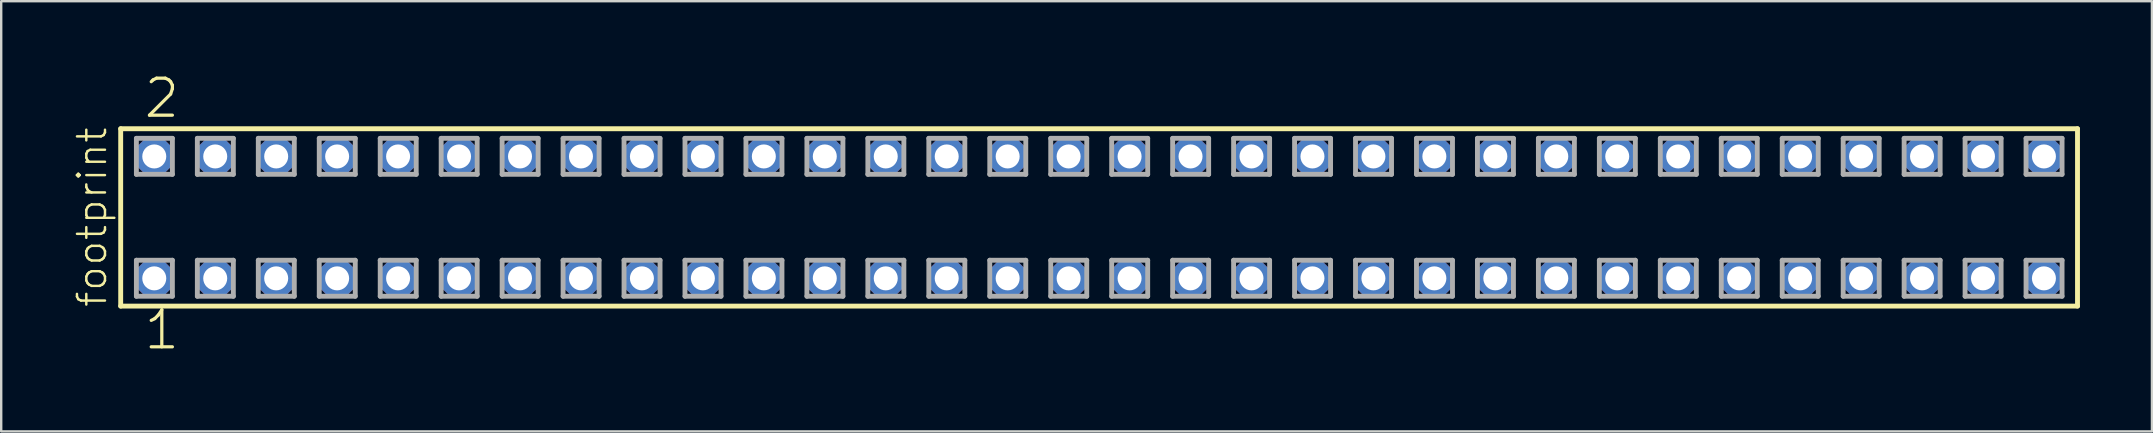
<source format=kicad_pcb>
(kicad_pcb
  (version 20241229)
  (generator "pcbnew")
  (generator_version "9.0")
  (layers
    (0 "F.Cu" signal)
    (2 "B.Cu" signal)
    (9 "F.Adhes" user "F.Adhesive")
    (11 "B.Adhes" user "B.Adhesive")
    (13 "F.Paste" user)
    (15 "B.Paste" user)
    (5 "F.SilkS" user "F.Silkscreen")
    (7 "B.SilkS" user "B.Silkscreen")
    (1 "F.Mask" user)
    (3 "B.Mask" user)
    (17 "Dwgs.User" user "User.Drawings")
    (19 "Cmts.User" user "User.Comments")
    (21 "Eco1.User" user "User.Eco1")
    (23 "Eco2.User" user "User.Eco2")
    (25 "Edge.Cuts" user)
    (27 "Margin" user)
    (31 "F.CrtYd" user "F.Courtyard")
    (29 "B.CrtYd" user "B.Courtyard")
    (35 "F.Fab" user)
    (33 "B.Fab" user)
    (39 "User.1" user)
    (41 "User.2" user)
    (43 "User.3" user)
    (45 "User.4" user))
  (footprint "footprint"
    (layer "F.Cu")
    (at 42.748 6.009)
    (property "Reference" "footprint" (at -41.275 3.81 90) (layer "F.SilkS") (effects (font (size 1.168 1.168) (thickness 0.102)) (justify left bottom)))
    (fp_line (start -40.769 -3.695) (end 40.769 -3.695) (stroke (width 0.203) (type solid)) (layer "F.SilkS"))
    (fp_line (start -40.769 3.695) (end -40.769 -3.695) (stroke (width 0.203) (type solid)) (layer "F.SilkS"))
    (fp_line (start 40.769 -3.695) (end 40.769 3.695) (stroke (width 0.203) (type solid)) (layer "F.SilkS"))
    (fp_line (start 40.769 3.695) (end -40.769 3.695) (stroke (width 0.203) (type solid)) (layer "F.SilkS"))
    (fp_line (start -40.115 -3.295) (end -38.615 -3.295) (stroke (width 0.203) (type solid)) (layer "F.Fab"))
    (fp_line (start -40.115 -1.795) (end -40.115 -3.295) (stroke (width 0.203) (type solid)) (layer "F.Fab"))
    (fp_line (start -40.115 1.785) (end -38.615 1.785) (stroke (width 0.203) (type solid)) (layer "F.Fab"))
    (fp_line (start -40.115 3.285) (end -40.115 1.785) (stroke (width 0.203) (type solid)) (layer "F.Fab"))
    (fp_line (start -38.615 -3.295) (end -38.615 -1.795) (stroke (width 0.203) (type solid)) (layer "F.Fab"))
    (fp_line (start -38.615 -1.795) (end -40.115 -1.795) (stroke (width 0.203) (type solid)) (layer "F.Fab"))
    (fp_line (start -38.615 1.785) (end -38.615 3.285) (stroke (width 0.203) (type solid)) (layer "F.Fab"))
    (fp_line (start -38.615 3.285) (end -40.115 3.285) (stroke (width 0.203) (type solid)) (layer "F.Fab"))
    (fp_line (start -37.575 -3.295) (end -36.075 -3.295) (stroke (width 0.203) (type solid)) (layer "F.Fab"))
    (fp_line (start -37.575 -1.795) (end -37.575 -3.295) (stroke (width 0.203) (type solid)) (layer "F.Fab"))
    (fp_line (start -37.575 1.785) (end -36.075 1.785) (stroke (width 0.203) (type solid)) (layer "F.Fab"))
    (fp_line (start -37.575 3.285) (end -37.575 1.785) (stroke (width 0.203) (type solid)) (layer "F.Fab"))
    (fp_line (start -36.075 -3.295) (end -36.075 -1.795) (stroke (width 0.203) (type solid)) (layer "F.Fab"))
    (fp_line (start -36.075 -1.795) (end -37.575 -1.795) (stroke (width 0.203) (type solid)) (layer "F.Fab"))
    (fp_line (start -36.075 1.785) (end -36.075 3.285) (stroke (width 0.203) (type solid)) (layer "F.Fab"))
    (fp_line (start -36.075 3.285) (end -37.575 3.285) (stroke (width 0.203) (type solid)) (layer "F.Fab"))
    (fp_line (start -35.035 -3.295) (end -33.535 -3.295) (stroke (width 0.203) (type solid)) (layer "F.Fab"))
    (fp_line (start -35.035 -1.795) (end -35.035 -3.295) (stroke (width 0.203) (type solid)) (layer "F.Fab"))
    (fp_line (start -35.035 1.785) (end -33.535 1.785) (stroke (width 0.203) (type solid)) (layer "F.Fab"))
    (fp_line (start -35.035 3.285) (end -35.035 1.785) (stroke (width 0.203) (type solid)) (layer "F.Fab"))
    (fp_line (start -33.535 -3.295) (end -33.535 -1.795) (stroke (width 0.203) (type solid)) (layer "F.Fab"))
    (fp_line (start -33.535 -1.795) (end -35.035 -1.795) (stroke (width 0.203) (type solid)) (layer "F.Fab"))
    (fp_line (start -33.535 1.785) (end -33.535 3.285) (stroke (width 0.203) (type solid)) (layer "F.Fab"))
    (fp_line (start -33.535 3.285) (end -35.035 3.285) (stroke (width 0.203) (type solid)) (layer "F.Fab"))
    (fp_line (start -32.495 -3.295) (end -30.995 -3.295) (stroke (width 0.203) (type solid)) (layer "F.Fab"))
    (fp_line (start -32.495 -1.795) (end -32.495 -3.295) (stroke (width 0.203) (type solid)) (layer "F.Fab"))
    (fp_line (start -32.495 1.785) (end -30.995 1.785) (stroke (width 0.203) (type solid)) (layer "F.Fab"))
    (fp_line (start -32.495 3.285) (end -32.495 1.785) (stroke (width 0.203) (type solid)) (layer "F.Fab"))
    (fp_line (start -30.995 -3.295) (end -30.995 -1.795) (stroke (width 0.203) (type solid)) (layer "F.Fab"))
    (fp_line (start -30.995 -1.795) (end -32.495 -1.795) (stroke (width 0.203) (type solid)) (layer "F.Fab"))
    (fp_line (start -30.995 1.785) (end -30.995 3.285) (stroke (width 0.203) (type solid)) (layer "F.Fab"))
    (fp_line (start -30.995 3.285) (end -32.495 3.285) (stroke (width 0.203) (type solid)) (layer "F.Fab"))
    (fp_line (start -29.955 -3.295) (end -28.455 -3.295) (stroke (width 0.203) (type solid)) (layer "F.Fab"))
    (fp_line (start -29.955 -1.795) (end -29.955 -3.295) (stroke (width 0.203) (type solid)) (layer "F.Fab"))
    (fp_line (start -29.955 1.785) (end -28.455 1.785) (stroke (width 0.203) (type solid)) (layer "F.Fab"))
    (fp_line (start -29.955 3.285) (end -29.955 1.785) (stroke (width 0.203) (type solid)) (layer "F.Fab"))
    (fp_line (start -28.455 -3.295) (end -28.455 -1.795) (stroke (width 0.203) (type solid)) (layer "F.Fab"))
    (fp_line (start -28.455 -1.795) (end -29.955 -1.795) (stroke (width 0.203) (type solid)) (layer "F.Fab"))
    (fp_line (start -28.455 1.785) (end -28.455 3.285) (stroke (width 0.203) (type solid)) (layer "F.Fab"))
    (fp_line (start -28.455 3.285) (end -29.955 3.285) (stroke (width 0.203) (type solid)) (layer "F.Fab"))
    (fp_line (start -27.415 -3.295) (end -25.915 -3.295) (stroke (width 0.203) (type solid)) (layer "F.Fab"))
    (fp_line (start -27.415 -1.795) (end -27.415 -3.295) (stroke (width 0.203) (type solid)) (layer "F.Fab"))
    (fp_line (start -27.415 1.785) (end -25.915 1.785) (stroke (width 0.203) (type solid)) (layer "F.Fab"))
    (fp_line (start -27.415 3.285) (end -27.415 1.785) (stroke (width 0.203) (type solid)) (layer "F.Fab"))
    (fp_line (start -25.915 -3.295) (end -25.915 -1.795) (stroke (width 0.203) (type solid)) (layer "F.Fab"))
    (fp_line (start -25.915 -1.795) (end -27.415 -1.795) (stroke (width 0.203) (type solid)) (layer "F.Fab"))
    (fp_line (start -25.915 1.785) (end -25.915 3.285) (stroke (width 0.203) (type solid)) (layer "F.Fab"))
    (fp_line (start -25.915 3.285) (end -27.415 3.285) (stroke (width 0.203) (type solid)) (layer "F.Fab"))
    (fp_line (start -24.875 -3.295) (end -23.375 -3.295) (stroke (width 0.203) (type solid)) (layer "F.Fab"))
    (fp_line (start -24.875 -1.795) (end -24.875 -3.295) (stroke (width 0.203) (type solid)) (layer "F.Fab"))
    (fp_line (start -24.875 1.785) (end -23.375 1.785) (stroke (width 0.203) (type solid)) (layer "F.Fab"))
    (fp_line (start -24.875 3.285) (end -24.875 1.785) (stroke (width 0.203) (type solid)) (layer "F.Fab"))
    (fp_line (start -23.375 -3.295) (end -23.375 -1.795) (stroke (width 0.203) (type solid)) (layer "F.Fab"))
    (fp_line (start -23.375 -1.795) (end -24.875 -1.795) (stroke (width 0.203) (type solid)) (layer "F.Fab"))
    (fp_line (start -23.375 1.785) (end -23.375 3.285) (stroke (width 0.203) (type solid)) (layer "F.Fab"))
    (fp_line (start -23.375 3.285) (end -24.875 3.285) (stroke (width 0.203) (type solid)) (layer "F.Fab"))
    (fp_line (start -22.335 -3.295) (end -20.835 -3.295) (stroke (width 0.203) (type solid)) (layer "F.Fab"))
    (fp_line (start -22.335 -1.795) (end -22.335 -3.295) (stroke (width 0.203) (type solid)) (layer "F.Fab"))
    (fp_line (start -22.335 1.785) (end -20.835 1.785) (stroke (width 0.203) (type solid)) (layer "F.Fab"))
    (fp_line (start -22.335 3.285) (end -22.335 1.785) (stroke (width 0.203) (type solid)) (layer "F.Fab"))
    (fp_line (start -20.835 -3.295) (end -20.835 -1.795) (stroke (width 0.203) (type solid)) (layer "F.Fab"))
    (fp_line (start -20.835 -1.795) (end -22.335 -1.795) (stroke (width 0.203) (type solid)) (layer "F.Fab"))
    (fp_line (start -20.835 1.785) (end -20.835 3.285) (stroke (width 0.203) (type solid)) (layer "F.Fab"))
    (fp_line (start -20.835 3.285) (end -22.335 3.285) (stroke (width 0.203) (type solid)) (layer "F.Fab"))
    (fp_line (start -19.795 -3.295) (end -18.295 -3.295) (stroke (width 0.203) (type solid)) (layer "F.Fab"))
    (fp_line (start -19.795 -1.795) (end -19.795 -3.295) (stroke (width 0.203) (type solid)) (layer "F.Fab"))
    (fp_line (start -19.795 1.785) (end -18.295 1.785) (stroke (width 0.203) (type solid)) (layer "F.Fab"))
    (fp_line (start -19.795 3.285) (end -19.795 1.785) (stroke (width 0.203) (type solid)) (layer "F.Fab"))
    (fp_line (start -18.295 -3.295) (end -18.295 -1.795) (stroke (width 0.203) (type solid)) (layer "F.Fab"))
    (fp_line (start -18.295 -1.795) (end -19.795 -1.795) (stroke (width 0.203) (type solid)) (layer "F.Fab"))
    (fp_line (start -18.295 1.785) (end -18.295 3.285) (stroke (width 0.203) (type solid)) (layer "F.Fab"))
    (fp_line (start -18.295 3.285) (end -19.795 3.285) (stroke (width 0.203) (type solid)) (layer "F.Fab"))
    (fp_line (start -17.255 -3.295) (end -15.755 -3.295) (stroke (width 0.203) (type solid)) (layer "F.Fab"))
    (fp_line (start -17.255 -1.795) (end -17.255 -3.295) (stroke (width 0.203) (type solid)) (layer "F.Fab"))
    (fp_line (start -17.255 1.785) (end -15.755 1.785) (stroke (width 0.203) (type solid)) (layer "F.Fab"))
    (fp_line (start -17.255 3.285) (end -17.255 1.785) (stroke (width 0.203) (type solid)) (layer "F.Fab"))
    (fp_line (start -15.755 -3.295) (end -15.755 -1.795) (stroke (width 0.203) (type solid)) (layer "F.Fab"))
    (fp_line (start -15.755 -1.795) (end -17.255 -1.795) (stroke (width 0.203) (type solid)) (layer "F.Fab"))
    (fp_line (start -15.755 1.785) (end -15.755 3.285) (stroke (width 0.203) (type solid)) (layer "F.Fab"))
    (fp_line (start -15.755 3.285) (end -17.255 3.285) (stroke (width 0.203) (type solid)) (layer "F.Fab"))
    (fp_line (start -14.715 -3.295) (end -13.215 -3.295) (stroke (width 0.203) (type solid)) (layer "F.Fab"))
    (fp_line (start -14.715 -1.795) (end -14.715 -3.295) (stroke (width 0.203) (type solid)) (layer "F.Fab"))
    (fp_line (start -14.715 1.785) (end -13.215 1.785) (stroke (width 0.203) (type solid)) (layer "F.Fab"))
    (fp_line (start -14.715 3.285) (end -14.715 1.785) (stroke (width 0.203) (type solid)) (layer "F.Fab"))
    (fp_line (start -13.215 -3.295) (end -13.215 -1.795) (stroke (width 0.203) (type solid)) (layer "F.Fab"))
    (fp_line (start -13.215 -1.795) (end -14.715 -1.795) (stroke (width 0.203) (type solid)) (layer "F.Fab"))
    (fp_line (start -13.215 1.785) (end -13.215 3.285) (stroke (width 0.203) (type solid)) (layer "F.Fab"))
    (fp_line (start -13.215 3.285) (end -14.715 3.285) (stroke (width 0.203) (type solid)) (layer "F.Fab"))
    (fp_line (start -12.175 -3.295) (end -10.675 -3.295) (stroke (width 0.203) (type solid)) (layer "F.Fab"))
    (fp_line (start -12.175 -1.795) (end -12.175 -3.295) (stroke (width 0.203) (type solid)) (layer "F.Fab"))
    (fp_line (start -12.175 1.785) (end -10.675 1.785) (stroke (width 0.203) (type solid)) (layer "F.Fab"))
    (fp_line (start -12.175 3.285) (end -12.175 1.785) (stroke (width 0.203) (type solid)) (layer "F.Fab"))
    (fp_line (start -10.675 -3.295) (end -10.675 -1.795) (stroke (width 0.203) (type solid)) (layer "F.Fab"))
    (fp_line (start -10.675 -1.795) (end -12.175 -1.795) (stroke (width 0.203) (type solid)) (layer "F.Fab"))
    (fp_line (start -10.675 1.785) (end -10.675 3.285) (stroke (width 0.203) (type solid)) (layer "F.Fab"))
    (fp_line (start -10.675 3.285) (end -12.175 3.285) (stroke (width 0.203) (type solid)) (layer "F.Fab"))
    (fp_line (start -9.635 -3.295) (end -8.135 -3.295) (stroke (width 0.203) (type solid)) (layer "F.Fab"))
    (fp_line (start -9.635 -1.795) (end -9.635 -3.295) (stroke (width 0.203) (type solid)) (layer "F.Fab"))
    (fp_line (start -9.635 1.785) (end -8.135 1.785) (stroke (width 0.203) (type solid)) (layer "F.Fab"))
    (fp_line (start -9.635 3.285) (end -9.635 1.785) (stroke (width 0.203) (type solid)) (layer "F.Fab"))
    (fp_line (start -8.135 -3.295) (end -8.135 -1.795) (stroke (width 0.203) (type solid)) (layer "F.Fab"))
    (fp_line (start -8.135 -1.795) (end -9.635 -1.795) (stroke (width 0.203) (type solid)) (layer "F.Fab"))
    (fp_line (start -8.135 1.785) (end -8.135 3.285) (stroke (width 0.203) (type solid)) (layer "F.Fab"))
    (fp_line (start -8.135 3.285) (end -9.635 3.285) (stroke (width 0.203) (type solid)) (layer "F.Fab"))
    (fp_line (start -7.095 -3.295) (end -5.595 -3.295) (stroke (width 0.203) (type solid)) (layer "F.Fab"))
    (fp_line (start -7.095 -1.795) (end -7.095 -3.295) (stroke (width 0.203) (type solid)) (layer "F.Fab"))
    (fp_line (start -7.095 1.785) (end -5.595 1.785) (stroke (width 0.203) (type solid)) (layer "F.Fab"))
    (fp_line (start -7.095 3.285) (end -7.095 1.785) (stroke (width 0.203) (type solid)) (layer "F.Fab"))
    (fp_line (start -5.595 -3.295) (end -5.595 -1.795) (stroke (width 0.203) (type solid)) (layer "F.Fab"))
    (fp_line (start -5.595 -1.795) (end -7.095 -1.795) (stroke (width 0.203) (type solid)) (layer "F.Fab"))
    (fp_line (start -5.595 1.785) (end -5.595 3.285) (stroke (width 0.203) (type solid)) (layer "F.Fab"))
    (fp_line (start -5.595 3.285) (end -7.095 3.285) (stroke (width 0.203) (type solid)) (layer "F.Fab"))
    (fp_line (start -4.555 -3.295) (end -3.055 -3.295) (stroke (width 0.203) (type solid)) (layer "F.Fab"))
    (fp_line (start -4.555 -1.795) (end -4.555 -3.295) (stroke (width 0.203) (type solid)) (layer "F.Fab"))
    (fp_line (start -4.555 1.785) (end -3.055 1.785) (stroke (width 0.203) (type solid)) (layer "F.Fab"))
    (fp_line (start -4.555 3.285) (end -4.555 1.785) (stroke (width 0.203) (type solid)) (layer "F.Fab"))
    (fp_line (start -3.055 -3.295) (end -3.055 -1.795) (stroke (width 0.203) (type solid)) (layer "F.Fab"))
    (fp_line (start -3.055 -1.795) (end -4.555 -1.795) (stroke (width 0.203) (type solid)) (layer "F.Fab"))
    (fp_line (start -3.055 1.785) (end -3.055 3.285) (stroke (width 0.203) (type solid)) (layer "F.Fab"))
    (fp_line (start -3.055 3.285) (end -4.555 3.285) (stroke (width 0.203) (type solid)) (layer "F.Fab"))
    (fp_line (start -2.015 -3.295) (end -0.515 -3.295) (stroke (width 0.203) (type solid)) (layer "F.Fab"))
    (fp_line (start -2.015 -1.795) (end -2.015 -3.295) (stroke (width 0.203) (type solid)) (layer "F.Fab"))
    (fp_line (start -2.015 1.785) (end -0.515 1.785) (stroke (width 0.203) (type solid)) (layer "F.Fab"))
    (fp_line (start -2.015 3.285) (end -2.015 1.785) (stroke (width 0.203) (type solid)) (layer "F.Fab"))
    (fp_line (start -0.515 -3.295) (end -0.515 -1.795) (stroke (width 0.203) (type solid)) (layer "F.Fab"))
    (fp_line (start -0.515 -1.795) (end -2.015 -1.795) (stroke (width 0.203) (type solid)) (layer "F.Fab"))
    (fp_line (start -0.515 1.785) (end -0.515 3.285) (stroke (width 0.203) (type solid)) (layer "F.Fab"))
    (fp_line (start -0.515 3.285) (end -2.015 3.285) (stroke (width 0.203) (type solid)) (layer "F.Fab"))
    (fp_line (start 0.525 -3.295) (end 2.025 -3.295) (stroke (width 0.203) (type solid)) (layer "F.Fab"))
    (fp_line (start 0.525 -1.795) (end 0.525 -3.295) (stroke (width 0.203) (type solid)) (layer "F.Fab"))
    (fp_line (start 0.525 1.785) (end 2.025 1.785) (stroke (width 0.203) (type solid)) (layer "F.Fab"))
    (fp_line (start 0.525 3.285) (end 0.525 1.785) (stroke (width 0.203) (type solid)) (layer "F.Fab"))
    (fp_line (start 2.025 -3.295) (end 2.025 -1.795) (stroke (width 0.203) (type solid)) (layer "F.Fab"))
    (fp_line (start 2.025 -1.795) (end 0.525 -1.795) (stroke (width 0.203) (type solid)) (layer "F.Fab"))
    (fp_line (start 2.025 1.785) (end 2.025 3.285) (stroke (width 0.203) (type solid)) (layer "F.Fab"))
    (fp_line (start 2.025 3.285) (end 0.525 3.285) (stroke (width 0.203) (type solid)) (layer "F.Fab"))
    (fp_line (start 3.065 -3.295) (end 4.565 -3.295) (stroke (width 0.203) (type solid)) (layer "F.Fab"))
    (fp_line (start 3.065 -1.795) (end 3.065 -3.295) (stroke (width 0.203) (type solid)) (layer "F.Fab"))
    (fp_line (start 3.065 1.785) (end 4.565 1.785) (stroke (width 0.203) (type solid)) (layer "F.Fab"))
    (fp_line (start 3.065 3.285) (end 3.065 1.785) (stroke (width 0.203) (type solid)) (layer "F.Fab"))
    (fp_line (start 4.565 -3.295) (end 4.565 -1.795) (stroke (width 0.203) (type solid)) (layer "F.Fab"))
    (fp_line (start 4.565 -1.795) (end 3.065 -1.795) (stroke (width 0.203) (type solid)) (layer "F.Fab"))
    (fp_line (start 4.565 1.785) (end 4.565 3.285) (stroke (width 0.203) (type solid)) (layer "F.Fab"))
    (fp_line (start 4.565 3.285) (end 3.065 3.285) (stroke (width 0.203) (type solid)) (layer "F.Fab"))
    (fp_line (start 5.605 -3.295) (end 7.105 -3.295) (stroke (width 0.203) (type solid)) (layer "F.Fab"))
    (fp_line (start 5.605 -1.795) (end 5.605 -3.295) (stroke (width 0.203) (type solid)) (layer "F.Fab"))
    (fp_line (start 5.605 1.785) (end 7.105 1.785) (stroke (width 0.203) (type solid)) (layer "F.Fab"))
    (fp_line (start 5.605 3.285) (end 5.605 1.785) (stroke (width 0.203) (type solid)) (layer "F.Fab"))
    (fp_line (start 7.105 -3.295) (end 7.105 -1.795) (stroke (width 0.203) (type solid)) (layer "F.Fab"))
    (fp_line (start 7.105 -1.795) (end 5.605 -1.795) (stroke (width 0.203) (type solid)) (layer "F.Fab"))
    (fp_line (start 7.105 1.785) (end 7.105 3.285) (stroke (width 0.203) (type solid)) (layer "F.Fab"))
    (fp_line (start 7.105 3.285) (end 5.605 3.285) (stroke (width 0.203) (type solid)) (layer "F.Fab"))
    (fp_line (start 8.145 -3.295) (end 9.645 -3.295) (stroke (width 0.203) (type solid)) (layer "F.Fab"))
    (fp_line (start 8.145 -1.795) (end 8.145 -3.295) (stroke (width 0.203) (type solid)) (layer "F.Fab"))
    (fp_line (start 8.145 1.785) (end 9.645 1.785) (stroke (width 0.203) (type solid)) (layer "F.Fab"))
    (fp_line (start 8.145 3.285) (end 8.145 1.785) (stroke (width 0.203) (type solid)) (layer "F.Fab"))
    (fp_line (start 9.645 -3.295) (end 9.645 -1.795) (stroke (width 0.203) (type solid)) (layer "F.Fab"))
    (fp_line (start 9.645 -1.795) (end 8.145 -1.795) (stroke (width 0.203) (type solid)) (layer "F.Fab"))
    (fp_line (start 9.645 1.785) (end 9.645 3.285) (stroke (width 0.203) (type solid)) (layer "F.Fab"))
    (fp_line (start 9.645 3.285) (end 8.145 3.285) (stroke (width 0.203) (type solid)) (layer "F.Fab"))
    (fp_line (start 10.685 -3.295) (end 12.185 -3.295) (stroke (width 0.203) (type solid)) (layer "F.Fab"))
    (fp_line (start 10.685 -1.795) (end 10.685 -3.295) (stroke (width 0.203) (type solid)) (layer "F.Fab"))
    (fp_line (start 10.685 1.785) (end 12.185 1.785) (stroke (width 0.203) (type solid)) (layer "F.Fab"))
    (fp_line (start 10.685 3.285) (end 10.685 1.785) (stroke (width 0.203) (type solid)) (layer "F.Fab"))
    (fp_line (start 12.185 -3.295) (end 12.185 -1.795) (stroke (width 0.203) (type solid)) (layer "F.Fab"))
    (fp_line (start 12.185 -1.795) (end 10.685 -1.795) (stroke (width 0.203) (type solid)) (layer "F.Fab"))
    (fp_line (start 12.185 1.785) (end 12.185 3.285) (stroke (width 0.203) (type solid)) (layer "F.Fab"))
    (fp_line (start 12.185 3.285) (end 10.685 3.285) (stroke (width 0.203) (type solid)) (layer "F.Fab"))
    (fp_line (start 13.225 -3.295) (end 14.725 -3.295) (stroke (width 0.203) (type solid)) (layer "F.Fab"))
    (fp_line (start 13.225 -1.795) (end 13.225 -3.295) (stroke (width 0.203) (type solid)) (layer "F.Fab"))
    (fp_line (start 13.225 1.785) (end 14.725 1.785) (stroke (width 0.203) (type solid)) (layer "F.Fab"))
    (fp_line (start 13.225 3.285) (end 13.225 1.785) (stroke (width 0.203) (type solid)) (layer "F.Fab"))
    (fp_line (start 14.725 -3.295) (end 14.725 -1.795) (stroke (width 0.203) (type solid)) (layer "F.Fab"))
    (fp_line (start 14.725 -1.795) (end 13.225 -1.795) (stroke (width 0.203) (type solid)) (layer "F.Fab"))
    (fp_line (start 14.725 1.785) (end 14.725 3.285) (stroke (width 0.203) (type solid)) (layer "F.Fab"))
    (fp_line (start 14.725 3.285) (end 13.225 3.285) (stroke (width 0.203) (type solid)) (layer "F.Fab"))
    (fp_line (start 15.765 -3.295) (end 17.265 -3.295) (stroke (width 0.203) (type solid)) (layer "F.Fab"))
    (fp_line (start 15.765 -1.795) (end 15.765 -3.295) (stroke (width 0.203) (type solid)) (layer "F.Fab"))
    (fp_line (start 15.765 1.785) (end 17.265 1.785) (stroke (width 0.203) (type solid)) (layer "F.Fab"))
    (fp_line (start 15.765 3.285) (end 15.765 1.785) (stroke (width 0.203) (type solid)) (layer "F.Fab"))
    (fp_line (start 17.265 -3.295) (end 17.265 -1.795) (stroke (width 0.203) (type solid)) (layer "F.Fab"))
    (fp_line (start 17.265 -1.795) (end 15.765 -1.795) (stroke (width 0.203) (type solid)) (layer "F.Fab"))
    (fp_line (start 17.265 1.785) (end 17.265 3.285) (stroke (width 0.203) (type solid)) (layer "F.Fab"))
    (fp_line (start 17.265 3.285) (end 15.765 3.285) (stroke (width 0.203) (type solid)) (layer "F.Fab"))
    (fp_line (start 18.305 -3.295) (end 19.805 -3.295) (stroke (width 0.203) (type solid)) (layer "F.Fab"))
    (fp_line (start 18.305 -1.795) (end 18.305 -3.295) (stroke (width 0.203) (type solid)) (layer "F.Fab"))
    (fp_line (start 18.305 1.785) (end 19.805 1.785) (stroke (width 0.203) (type solid)) (layer "F.Fab"))
    (fp_line (start 18.305 3.285) (end 18.305 1.785) (stroke (width 0.203) (type solid)) (layer "F.Fab"))
    (fp_line (start 19.805 -3.295) (end 19.805 -1.795) (stroke (width 0.203) (type solid)) (layer "F.Fab"))
    (fp_line (start 19.805 -1.795) (end 18.305 -1.795) (stroke (width 0.203) (type solid)) (layer "F.Fab"))
    (fp_line (start 19.805 1.785) (end 19.805 3.285) (stroke (width 0.203) (type solid)) (layer "F.Fab"))
    (fp_line (start 19.805 3.285) (end 18.305 3.285) (stroke (width 0.203) (type solid)) (layer "F.Fab"))
    (fp_line (start 20.845 -3.295) (end 22.345 -3.295) (stroke (width 0.203) (type solid)) (layer "F.Fab"))
    (fp_line (start 20.845 -1.795) (end 20.845 -3.295) (stroke (width 0.203) (type solid)) (layer "F.Fab"))
    (fp_line (start 20.845 1.785) (end 22.345 1.785) (stroke (width 0.203) (type solid)) (layer "F.Fab"))
    (fp_line (start 20.845 3.285) (end 20.845 1.785) (stroke (width 0.203) (type solid)) (layer "F.Fab"))
    (fp_line (start 22.345 -3.295) (end 22.345 -1.795) (stroke (width 0.203) (type solid)) (layer "F.Fab"))
    (fp_line (start 22.345 -1.795) (end 20.845 -1.795) (stroke (width 0.203) (type solid)) (layer "F.Fab"))
    (fp_line (start 22.345 1.785) (end 22.345 3.285) (stroke (width 0.203) (type solid)) (layer "F.Fab"))
    (fp_line (start 22.345 3.285) (end 20.845 3.285) (stroke (width 0.203) (type solid)) (layer "F.Fab"))
    (fp_line (start 23.385 -3.295) (end 24.885 -3.295) (stroke (width 0.203) (type solid)) (layer "F.Fab"))
    (fp_line (start 23.385 -1.795) (end 23.385 -3.295) (stroke (width 0.203) (type solid)) (layer "F.Fab"))
    (fp_line (start 23.385 1.785) (end 24.885 1.785) (stroke (width 0.203) (type solid)) (layer "F.Fab"))
    (fp_line (start 23.385 3.285) (end 23.385 1.785) (stroke (width 0.203) (type solid)) (layer "F.Fab"))
    (fp_line (start 24.885 -3.295) (end 24.885 -1.795) (stroke (width 0.203) (type solid)) (layer "F.Fab"))
    (fp_line (start 24.885 -1.795) (end 23.385 -1.795) (stroke (width 0.203) (type solid)) (layer "F.Fab"))
    (fp_line (start 24.885 1.785) (end 24.885 3.285) (stroke (width 0.203) (type solid)) (layer "F.Fab"))
    (fp_line (start 24.885 3.285) (end 23.385 3.285) (stroke (width 0.203) (type solid)) (layer "F.Fab"))
    (fp_line (start 25.925 -3.295) (end 27.425 -3.295) (stroke (width 0.203) (type solid)) (layer "F.Fab"))
    (fp_line (start 25.925 -1.795) (end 25.925 -3.295) (stroke (width 0.203) (type solid)) (layer "F.Fab"))
    (fp_line (start 25.925 1.785) (end 27.425 1.785) (stroke (width 0.203) (type solid)) (layer "F.Fab"))
    (fp_line (start 25.925 3.285) (end 25.925 1.785) (stroke (width 0.203) (type solid)) (layer "F.Fab"))
    (fp_line (start 27.425 -3.295) (end 27.425 -1.795) (stroke (width 0.203) (type solid)) (layer "F.Fab"))
    (fp_line (start 27.425 -1.795) (end 25.925 -1.795) (stroke (width 0.203) (type solid)) (layer "F.Fab"))
    (fp_line (start 27.425 1.785) (end 27.425 3.285) (stroke (width 0.203) (type solid)) (layer "F.Fab"))
    (fp_line (start 27.425 3.285) (end 25.925 3.285) (stroke (width 0.203) (type solid)) (layer "F.Fab"))
    (fp_line (start 28.465 -3.295) (end 29.965 -3.295) (stroke (width 0.203) (type solid)) (layer "F.Fab"))
    (fp_line (start 28.465 -1.795) (end 28.465 -3.295) (stroke (width 0.203) (type solid)) (layer "F.Fab"))
    (fp_line (start 28.465 1.785) (end 29.965 1.785) (stroke (width 0.203) (type solid)) (layer "F.Fab"))
    (fp_line (start 28.465 3.285) (end 28.465 1.785) (stroke (width 0.203) (type solid)) (layer "F.Fab"))
    (fp_line (start 29.965 -3.295) (end 29.965 -1.795) (stroke (width 0.203) (type solid)) (layer "F.Fab"))
    (fp_line (start 29.965 -1.795) (end 28.465 -1.795) (stroke (width 0.203) (type solid)) (layer "F.Fab"))
    (fp_line (start 29.965 1.785) (end 29.965 3.285) (stroke (width 0.203) (type solid)) (layer "F.Fab"))
    (fp_line (start 29.965 3.285) (end 28.465 3.285) (stroke (width 0.203) (type solid)) (layer "F.Fab"))
    (fp_line (start 31.005 -3.295) (end 32.505 -3.295) (stroke (width 0.203) (type solid)) (layer "F.Fab"))
    (fp_line (start 31.005 -1.795) (end 31.005 -3.295) (stroke (width 0.203) (type solid)) (layer "F.Fab"))
    (fp_line (start 31.005 1.785) (end 32.505 1.785) (stroke (width 0.203) (type solid)) (layer "F.Fab"))
    (fp_line (start 31.005 3.285) (end 31.005 1.785) (stroke (width 0.203) (type solid)) (layer "F.Fab"))
    (fp_line (start 32.505 -3.295) (end 32.505 -1.795) (stroke (width 0.203) (type solid)) (layer "F.Fab"))
    (fp_line (start 32.505 -1.795) (end 31.005 -1.795) (stroke (width 0.203) (type solid)) (layer "F.Fab"))
    (fp_line (start 32.505 1.785) (end 32.505 3.285) (stroke (width 0.203) (type solid)) (layer "F.Fab"))
    (fp_line (start 32.505 3.285) (end 31.005 3.285) (stroke (width 0.203) (type solid)) (layer "F.Fab"))
    (fp_line (start 33.545 -3.295) (end 35.045 -3.295) (stroke (width 0.203) (type solid)) (layer "F.Fab"))
    (fp_line (start 33.545 -1.795) (end 33.545 -3.295) (stroke (width 0.203) (type solid)) (layer "F.Fab"))
    (fp_line (start 33.545 1.785) (end 35.045 1.785) (stroke (width 0.203) (type solid)) (layer "F.Fab"))
    (fp_line (start 33.545 3.285) (end 33.545 1.785) (stroke (width 0.203) (type solid)) (layer "F.Fab"))
    (fp_line (start 35.045 -3.295) (end 35.045 -1.795) (stroke (width 0.203) (type solid)) (layer "F.Fab"))
    (fp_line (start 35.045 -1.795) (end 33.545 -1.795) (stroke (width 0.203) (type solid)) (layer "F.Fab"))
    (fp_line (start 35.045 1.785) (end 35.045 3.285) (stroke (width 0.203) (type solid)) (layer "F.Fab"))
    (fp_line (start 35.045 3.285) (end 33.545 3.285) (stroke (width 0.203) (type solid)) (layer "F.Fab"))
    (fp_line (start 36.085 -3.295) (end 37.585 -3.295) (stroke (width 0.203) (type solid)) (layer "F.Fab"))
    (fp_line (start 36.085 -1.795) (end 36.085 -3.295) (stroke (width 0.203) (type solid)) (layer "F.Fab"))
    (fp_line (start 36.085 1.785) (end 37.585 1.785) (stroke (width 0.203) (type solid)) (layer "F.Fab"))
    (fp_line (start 36.085 3.285) (end 36.085 1.785) (stroke (width 0.203) (type solid)) (layer "F.Fab"))
    (fp_line (start 37.585 -3.295) (end 37.585 -1.795) (stroke (width 0.203) (type solid)) (layer "F.Fab"))
    (fp_line (start 37.585 -1.795) (end 36.085 -1.795) (stroke (width 0.203) (type solid)) (layer "F.Fab"))
    (fp_line (start 37.585 1.785) (end 37.585 3.285) (stroke (width 0.203) (type solid)) (layer "F.Fab"))
    (fp_line (start 37.585 3.285) (end 36.085 3.285) (stroke (width 0.203) (type solid)) (layer "F.Fab"))
    (fp_line (start 38.625 -3.295) (end 40.125 -3.295) (stroke (width 0.203) (type solid)) (layer "F.Fab"))
    (fp_line (start 38.625 -1.795) (end 38.625 -3.295) (stroke (width 0.203) (type solid)) (layer "F.Fab"))
    (fp_line (start 38.625 1.785) (end 40.125 1.785) (stroke (width 0.203) (type solid)) (layer "F.Fab"))
    (fp_line (start 38.625 3.285) (end 38.625 1.785) (stroke (width 0.203) (type solid)) (layer "F.Fab"))
    (fp_line (start 40.125 -3.295) (end 40.125 -1.795) (stroke (width 0.203) (type solid)) (layer "F.Fab"))
    (fp_line (start 40.125 -1.795) (end 38.625 -1.795) (stroke (width 0.203) (type solid)) (layer "F.Fab"))
    (fp_line (start 40.125 1.785) (end 40.125 3.285) (stroke (width 0.203) (type solid)) (layer "F.Fab"))
    (fp_line (start 40.125 3.285) (end 38.625 3.285) (stroke (width 0.203) (type solid)) (layer "F.Fab"))
    (fp_text user "2" (at -39.878 -4.064 0) (layer "F.SilkS") (effects (font (size 1.542 1.542) (thickness 0.134)) (justify left bottom)))
    (fp_text user "1" (at -39.878 5.588 0) (layer "F.SilkS") (effects (font (size 1.542 1.542) (thickness 0.134)) (justify left bottom)))
    (pad "1" thru_hole roundrect (at -39.37 2.54) (size 1.5 1.5) (drill 1) (layers "*.Cu" "*.Mask") (roundrect_rratio 0.25) (chamfer_ratio 0.25) (chamfer top_left top_right bottom_left bottom_right))
    (pad "2" thru_hole roundrect (at -39.37 -2.54) (size 1.5 1.5) (drill 1) (layers "*.Cu" "*.Mask") (roundrect_rratio 0.25) (chamfer_ratio 0.25) (chamfer top_left top_right bottom_left bottom_right))
    (pad "3" thru_hole roundrect (at -36.83 2.54) (size 1.5 1.5) (drill 1) (layers "*.Cu" "*.Mask") (roundrect_rratio 0.25) (chamfer_ratio 0.25) (chamfer top_left top_right bottom_left bottom_right))
    (pad "4" thru_hole roundrect (at -36.83 -2.54) (size 1.5 1.5) (drill 1) (layers "*.Cu" "*.Mask") (roundrect_rratio 0.25) (chamfer_ratio 0.25) (chamfer top_left top_right bottom_left bottom_right))
    (pad "5" thru_hole roundrect (at -34.29 2.54) (size 1.5 1.5) (drill 1) (layers "*.Cu" "*.Mask") (roundrect_rratio 0.25) (chamfer_ratio 0.25) (chamfer top_left top_right bottom_left bottom_right))
    (pad "6" thru_hole roundrect (at -34.29 -2.54) (size 1.5 1.5) (drill 1) (layers "*.Cu" "*.Mask") (roundrect_rratio 0.25) (chamfer_ratio 0.25) (chamfer top_left top_right bottom_left bottom_right))
    (pad "7" thru_hole roundrect (at -31.75 2.54) (size 1.5 1.5) (drill 1) (layers "*.Cu" "*.Mask") (roundrect_rratio 0.25) (chamfer_ratio 0.25) (chamfer top_left top_right bottom_left bottom_right))
    (pad "8" thru_hole roundrect (at -31.75 -2.54) (size 1.5 1.5) (drill 1) (layers "*.Cu" "*.Mask") (roundrect_rratio 0.25) (chamfer_ratio 0.25) (chamfer top_left top_right bottom_left bottom_right))
    (pad "9" thru_hole roundrect (at -29.21 2.54) (size 1.5 1.5) (drill 1) (layers "*.Cu" "*.Mask") (roundrect_rratio 0.25) (chamfer_ratio 0.25) (chamfer top_left top_right bottom_left bottom_right))
    (pad "10" thru_hole roundrect (at -29.21 -2.54) (size 1.5 1.5) (drill 1) (layers "*.Cu" "*.Mask") (roundrect_rratio 0.25) (chamfer_ratio 0.25) (chamfer top_left top_right bottom_left bottom_right))
    (pad "11" thru_hole roundrect (at -26.67 2.54) (size 1.5 1.5) (drill 1) (layers "*.Cu" "*.Mask") (roundrect_rratio 0.25) (chamfer_ratio 0.25) (chamfer top_left top_right bottom_left bottom_right))
    (pad "12" thru_hole roundrect (at -26.67 -2.54) (size 1.5 1.5) (drill 1) (layers "*.Cu" "*.Mask") (roundrect_rratio 0.25) (chamfer_ratio 0.25) (chamfer top_left top_right bottom_left bottom_right))
    (pad "13" thru_hole roundrect (at -24.13 2.54) (size 1.5 1.5) (drill 1) (layers "*.Cu" "*.Mask") (roundrect_rratio 0.25) (chamfer_ratio 0.25) (chamfer top_left top_right bottom_left bottom_right))
    (pad "14" thru_hole roundrect (at -24.13 -2.54) (size 1.5 1.5) (drill 1) (layers "*.Cu" "*.Mask") (roundrect_rratio 0.25) (chamfer_ratio 0.25) (chamfer top_left top_right bottom_left bottom_right))
    (pad "15" thru_hole roundrect (at -21.59 2.54) (size 1.5 1.5) (drill 1) (layers "*.Cu" "*.Mask") (roundrect_rratio 0.25) (chamfer_ratio 0.25) (chamfer top_left top_right bottom_left bottom_right))
    (pad "16" thru_hole roundrect (at -21.59 -2.54) (size 1.5 1.5) (drill 1) (layers "*.Cu" "*.Mask") (roundrect_rratio 0.25) (chamfer_ratio 0.25) (chamfer top_left top_right bottom_left bottom_right))
    (pad "17" thru_hole roundrect (at -19.05 2.54) (size 1.5 1.5) (drill 1) (layers "*.Cu" "*.Mask") (roundrect_rratio 0.25) (chamfer_ratio 0.25) (chamfer top_left top_right bottom_left bottom_right))
    (pad "18" thru_hole roundrect (at -19.05 -2.54) (size 1.5 1.5) (drill 1) (layers "*.Cu" "*.Mask") (roundrect_rratio 0.25) (chamfer_ratio 0.25) (chamfer top_left top_right bottom_left bottom_right))
    (pad "19" thru_hole roundrect (at -16.51 2.54) (size 1.5 1.5) (drill 1) (layers "*.Cu" "*.Mask") (roundrect_rratio 0.25) (chamfer_ratio 0.25) (chamfer top_left top_right bottom_left bottom_right))
    (pad "20" thru_hole roundrect (at -16.51 -2.54) (size 1.5 1.5) (drill 1) (layers "*.Cu" "*.Mask") (roundrect_rratio 0.25) (chamfer_ratio 0.25) (chamfer top_left top_right bottom_left bottom_right))
    (pad "21" thru_hole roundrect (at -13.97 2.54) (size 1.5 1.5) (drill 1) (layers "*.Cu" "*.Mask") (roundrect_rratio 0.25) (chamfer_ratio 0.25) (chamfer top_left top_right bottom_left bottom_right))
    (pad "22" thru_hole roundrect (at -13.97 -2.54) (size 1.5 1.5) (drill 1) (layers "*.Cu" "*.Mask") (roundrect_rratio 0.25) (chamfer_ratio 0.25) (chamfer top_left top_right bottom_left bottom_right))
    (pad "23" thru_hole roundrect (at -11.43 2.54) (size 1.5 1.5) (drill 1) (layers "*.Cu" "*.Mask") (roundrect_rratio 0.25) (chamfer_ratio 0.25) (chamfer top_left top_right bottom_left bottom_right))
    (pad "24" thru_hole roundrect (at -11.43 -2.54) (size 1.5 1.5) (drill 1) (layers "*.Cu" "*.Mask") (roundrect_rratio 0.25) (chamfer_ratio 0.25) (chamfer top_left top_right bottom_left bottom_right))
    (pad "25" thru_hole roundrect (at -8.89 2.54) (size 1.5 1.5) (drill 1) (layers "*.Cu" "*.Mask") (roundrect_rratio 0.25) (chamfer_ratio 0.25) (chamfer top_left top_right bottom_left bottom_right))
    (pad "26" thru_hole roundrect (at -8.89 -2.54) (size 1.5 1.5) (drill 1) (layers "*.Cu" "*.Mask") (roundrect_rratio 0.25) (chamfer_ratio 0.25) (chamfer top_left top_right bottom_left bottom_right))
    (pad "27" thru_hole roundrect (at -6.35 2.54) (size 1.5 1.5) (drill 1) (layers "*.Cu" "*.Mask") (roundrect_rratio 0.25) (chamfer_ratio 0.25) (chamfer top_left top_right bottom_left bottom_right))
    (pad "28" thru_hole roundrect (at -6.35 -2.54) (size 1.5 1.5) (drill 1) (layers "*.Cu" "*.Mask") (roundrect_rratio 0.25) (chamfer_ratio 0.25) (chamfer top_left top_right bottom_left bottom_right))
    (pad "29" thru_hole roundrect (at -3.81 2.54) (size 1.5 1.5) (drill 1) (layers "*.Cu" "*.Mask") (roundrect_rratio 0.25) (chamfer_ratio 0.25) (chamfer top_left top_right bottom_left bottom_right))
    (pad "30" thru_hole roundrect (at -3.81 -2.54) (size 1.5 1.5) (drill 1) (layers "*.Cu" "*.Mask") (roundrect_rratio 0.25) (chamfer_ratio 0.25) (chamfer top_left top_right bottom_left bottom_right))
    (pad "31" thru_hole roundrect (at -1.27 2.54) (size 1.5 1.5) (drill 1) (layers "*.Cu" "*.Mask") (roundrect_rratio 0.25) (chamfer_ratio 0.25) (chamfer top_left top_right bottom_left bottom_right))
    (pad "32" thru_hole roundrect (at -1.27 -2.54) (size 1.5 1.5) (drill 1) (layers "*.Cu" "*.Mask") (roundrect_rratio 0.25) (chamfer_ratio 0.25) (chamfer top_left top_right bottom_left bottom_right))
    (pad "33" thru_hole roundrect (at 1.27 2.54) (size 1.5 1.5) (drill 1) (layers "*.Cu" "*.Mask") (roundrect_rratio 0.25) (chamfer_ratio 0.25) (chamfer top_left top_right bottom_left bottom_right))
    (pad "34" thru_hole roundrect (at 1.27 -2.54) (size 1.5 1.5) (drill 1) (layers "*.Cu" "*.Mask") (roundrect_rratio 0.25) (chamfer_ratio 0.25) (chamfer top_left top_right bottom_left bottom_right))
    (pad "35" thru_hole roundrect (at 3.81 2.54) (size 1.5 1.5) (drill 1) (layers "*.Cu" "*.Mask") (roundrect_rratio 0.25) (chamfer_ratio 0.25) (chamfer top_left top_right bottom_left bottom_right))
    (pad "36" thru_hole roundrect (at 3.81 -2.54) (size 1.5 1.5) (drill 1) (layers "*.Cu" "*.Mask") (roundrect_rratio 0.25) (chamfer_ratio 0.25) (chamfer top_left top_right bottom_left bottom_right))
    (pad "37" thru_hole roundrect (at 6.35 2.54) (size 1.5 1.5) (drill 1) (layers "*.Cu" "*.Mask") (roundrect_rratio 0.25) (chamfer_ratio 0.25) (chamfer top_left top_right bottom_left bottom_right))
    (pad "38" thru_hole roundrect (at 6.35 -2.54) (size 1.5 1.5) (drill 1) (layers "*.Cu" "*.Mask") (roundrect_rratio 0.25) (chamfer_ratio 0.25) (chamfer top_left top_right bottom_left bottom_right))
    (pad "39" thru_hole roundrect (at 8.89 2.54) (size 1.5 1.5) (drill 1) (layers "*.Cu" "*.Mask") (roundrect_rratio 0.25) (chamfer_ratio 0.25) (chamfer top_left top_right bottom_left bottom_right))
    (pad "40" thru_hole roundrect (at 8.89 -2.54) (size 1.5 1.5) (drill 1) (layers "*.Cu" "*.Mask") (roundrect_rratio 0.25) (chamfer_ratio 0.25) (chamfer top_left top_right bottom_left bottom_right))
    (pad "41" thru_hole roundrect (at 11.43 2.54) (size 1.5 1.5) (drill 1) (layers "*.Cu" "*.Mask") (roundrect_rratio 0.25) (chamfer_ratio 0.25) (chamfer top_left top_right bottom_left bottom_right))
    (pad "42" thru_hole roundrect (at 11.43 -2.54) (size 1.5 1.5) (drill 1) (layers "*.Cu" "*.Mask") (roundrect_rratio 0.25) (chamfer_ratio 0.25) (chamfer top_left top_right bottom_left bottom_right))
    (pad "43" thru_hole roundrect (at 13.97 2.54) (size 1.5 1.5) (drill 1) (layers "*.Cu" "*.Mask") (roundrect_rratio 0.25) (chamfer_ratio 0.25) (chamfer top_left top_right bottom_left bottom_right))
    (pad "44" thru_hole roundrect (at 13.97 -2.54) (size 1.5 1.5) (drill 1) (layers "*.Cu" "*.Mask") (roundrect_rratio 0.25) (chamfer_ratio 0.25) (chamfer top_left top_right bottom_left bottom_right))
    (pad "45" thru_hole roundrect (at 16.51 2.54) (size 1.5 1.5) (drill 1) (layers "*.Cu" "*.Mask") (roundrect_rratio 0.25) (chamfer_ratio 0.25) (chamfer top_left top_right bottom_left bottom_right))
    (pad "46" thru_hole roundrect (at 16.51 -2.54) (size 1.5 1.5) (drill 1) (layers "*.Cu" "*.Mask") (roundrect_rratio 0.25) (chamfer_ratio 0.25) (chamfer top_left top_right bottom_left bottom_right))
    (pad "47" thru_hole roundrect (at 19.05 2.54) (size 1.5 1.5) (drill 1) (layers "*.Cu" "*.Mask") (roundrect_rratio 0.25) (chamfer_ratio 0.25) (chamfer top_left top_right bottom_left bottom_right))
    (pad "48" thru_hole roundrect (at 19.05 -2.54) (size 1.5 1.5) (drill 1) (layers "*.Cu" "*.Mask") (roundrect_rratio 0.25) (chamfer_ratio 0.25) (chamfer top_left top_right bottom_left bottom_right))
    (pad "49" thru_hole roundrect (at 21.59 2.54) (size 1.5 1.5) (drill 1) (layers "*.Cu" "*.Mask") (roundrect_rratio 0.25) (chamfer_ratio 0.25) (chamfer top_left top_right bottom_left bottom_right))
    (pad "50" thru_hole roundrect (at 21.59 -2.54) (size 1.5 1.5) (drill 1) (layers "*.Cu" "*.Mask") (roundrect_rratio 0.25) (chamfer_ratio 0.25) (chamfer top_left top_right bottom_left bottom_right))
    (pad "51" thru_hole roundrect (at 24.13 2.54) (size 1.5 1.5) (drill 1) (layers "*.Cu" "*.Mask") (roundrect_rratio 0.25) (chamfer_ratio 0.25) (chamfer top_left top_right bottom_left bottom_right))
    (pad "52" thru_hole roundrect (at 24.13 -2.54) (size 1.5 1.5) (drill 1) (layers "*.Cu" "*.Mask") (roundrect_rratio 0.25) (chamfer_ratio 0.25) (chamfer top_left top_right bottom_left bottom_right))
    (pad "53" thru_hole roundrect (at 26.67 2.54) (size 1.5 1.5) (drill 1) (layers "*.Cu" "*.Mask") (roundrect_rratio 0.25) (chamfer_ratio 0.25) (chamfer top_left top_right bottom_left bottom_right))
    (pad "54" thru_hole roundrect (at 26.67 -2.54) (size 1.5 1.5) (drill 1) (layers "*.Cu" "*.Mask") (roundrect_rratio 0.25) (chamfer_ratio 0.25) (chamfer top_left top_right bottom_left bottom_right))
    (pad "55" thru_hole roundrect (at 29.21 2.54) (size 1.5 1.5) (drill 1) (layers "*.Cu" "*.Mask") (roundrect_rratio 0.25) (chamfer_ratio 0.25) (chamfer top_left top_right bottom_left bottom_right))
    (pad "56" thru_hole roundrect (at 29.21 -2.54) (size 1.5 1.5) (drill 1) (layers "*.Cu" "*.Mask") (roundrect_rratio 0.25) (chamfer_ratio 0.25) (chamfer top_left top_right bottom_left bottom_right))
    (pad "57" thru_hole roundrect (at 31.75 2.54) (size 1.5 1.5) (drill 1) (layers "*.Cu" "*.Mask") (roundrect_rratio 0.25) (chamfer_ratio 0.25) (chamfer top_left top_right bottom_left bottom_right))
    (pad "58" thru_hole roundrect (at 31.75 -2.54) (size 1.5 1.5) (drill 1) (layers "*.Cu" "*.Mask") (roundrect_rratio 0.25) (chamfer_ratio 0.25) (chamfer top_left top_right bottom_left bottom_right))
    (pad "59" thru_hole roundrect (at 34.29 2.54) (size 1.5 1.5) (drill 1) (layers "*.Cu" "*.Mask") (roundrect_rratio 0.25) (chamfer_ratio 0.25) (chamfer top_left top_right bottom_left bottom_right))
    (pad "60" thru_hole roundrect (at 34.29 -2.54) (size 1.5 1.5) (drill 1) (layers "*.Cu" "*.Mask") (roundrect_rratio 0.25) (chamfer_ratio 0.25) (chamfer top_left top_right bottom_left bottom_right))
    (pad "61" thru_hole roundrect (at 36.83 2.54) (size 1.5 1.5) (drill 1) (layers "*.Cu" "*.Mask") (roundrect_rratio 0.25) (chamfer_ratio 0.25) (chamfer top_left top_right bottom_left bottom_right))
    (pad "62" thru_hole roundrect (at 36.83 -2.54) (size 1.5 1.5) (drill 1) (layers "*.Cu" "*.Mask") (roundrect_rratio 0.25) (chamfer_ratio 0.25) (chamfer top_left top_right bottom_left bottom_right))
    (pad "63" thru_hole roundrect (at 39.37 2.54) (size 1.5 1.5) (drill 1) (layers "*.Cu" "*.Mask") (roundrect_rratio 0.25) (chamfer_ratio 0.25) (chamfer top_left top_right bottom_left bottom_right))
    (pad "64" thru_hole roundrect (at 39.37 -2.54) (size 1.5 1.5) (drill 1) (layers "*.Cu" "*.Mask") (roundrect_rratio 0.25) (chamfer_ratio 0.25) (chamfer top_left top_right bottom_left bottom_right)))
  (gr_rect
    (start -3 -3)
    (end 86.619 14.927)
    (stroke (width 0.1) (type default))
    (fill no)
    (layer "Edge.Cuts")))
</source>
